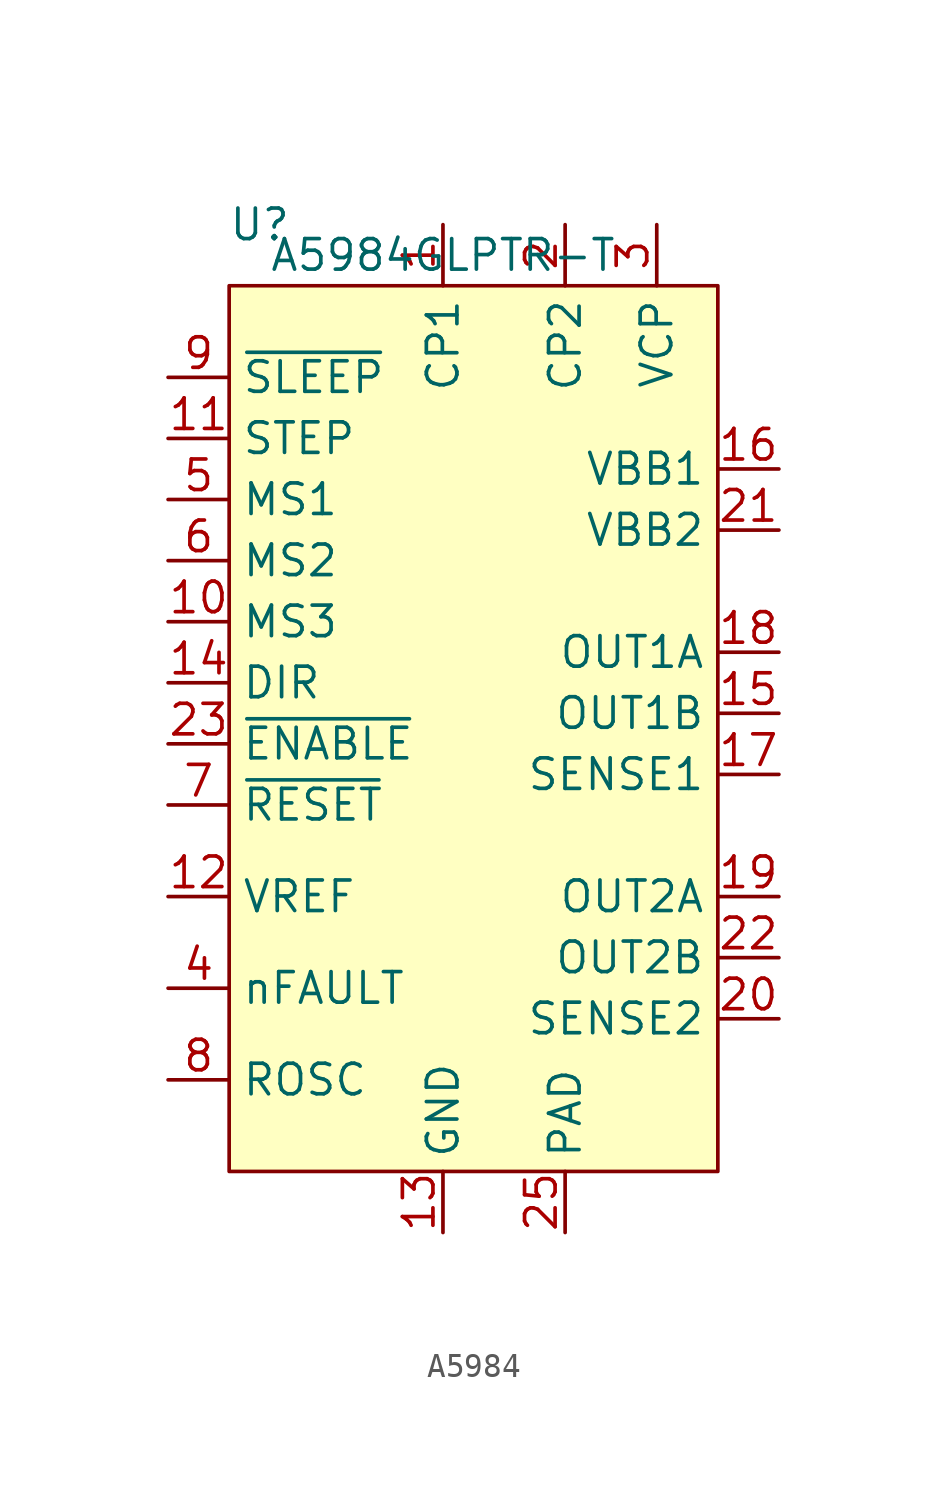
<source format=kicad_sym>
(kicad_symbol_lib
  (version 20220914)
  (generator kicad_symbol_editor)
  (symbol "A5984"
    (property "Reference" "U"
      (at -10.16 1.27 0)
      (effects (font (size 1.27 1.27))))
    (property "Value" "A5984GLPTR-T"
      (at -2.54 0 0)
      (effects (font (size 1.27 1.27))))
    (symbol "A5984_1_1"
      (rectangle (start -11.43 -1.27) (end 8.89 -38.1) (stroke (width 0) (type default)) (fill (type background)))
      (pin output line (at -2.54 1.27 270) (length 2.54) (name "CP1" (effects (font (size 1.27 1.27)))) (number "1" (effects (font (size 1.27 1.27)))))
      (pin input line (at -13.97 -15.24 0) (length 2.54) (name "MS3" (effects (font (size 1.27 1.27)))) (number "10" (effects (font (size 1.27 1.27)))))
      (pin input line (at -13.97 -7.62 0) (length 2.54) (name "STEP" (effects (font (size 1.27 1.27)))) (number "11" (effects (font (size 1.27 1.27)))))
      (pin input line (at -13.97 -26.67 0) (length 2.54) (name "VREF" (effects (font (size 1.27 1.27)))) (number "12" (effects (font (size 1.27 1.27)))))
      (pin power_in line (at -2.54 -40.64 90) (length 2.54) (name "GND" (effects (font (size 1.27 1.27)))) (number "13" (effects (font (size 1.27 1.27)))))
      (pin input line (at -13.97 -17.78 0) (length 2.54) (name "DIR" (effects (font (size 1.27 1.27)))) (number "14" (effects (font (size 1.27 1.27)))))
      (pin input line (at 11.43 -19.05 180) (length 2.54) (name "OUT1B" (effects (font (size 1.27 1.27)))) (number "15" (effects (font (size 1.27 1.27)))))
      (pin power_in line (at 11.43 -8.89 180) (length 2.54) (name "VBB1" (effects (font (size 1.27 1.27)))) (number "16" (effects (font (size 1.27 1.27)))))
      (pin input line (at 11.43 -21.59 180) (length 2.54) (name "SENSE1" (effects (font (size 1.27 1.27)))) (number "17" (effects (font (size 1.27 1.27)))))
      (pin input line (at 11.43 -16.51 180) (length 2.54) (name "OUT1A" (effects (font (size 1.27 1.27)))) (number "18" (effects (font (size 1.27 1.27)))))
      (pin output line (at 11.43 -26.67 180) (length 2.54) (name "OUT2A" (effects (font (size 1.27 1.27)))) (number "19" (effects (font (size 1.27 1.27)))))
      (pin output line (at 2.54 1.27 270) (length 2.54) (name "CP2" (effects (font (size 1.27 1.27)))) (number "2" (effects (font (size 1.27 1.27)))))
      (pin input line (at 11.43 -31.75 180) (length 2.54) (name "SENSE2" (effects (font (size 1.27 1.27)))) (number "20" (effects (font (size 1.27 1.27)))))
      (pin power_in line (at 11.43 -11.43 180) (length 2.54) (name "VBB2" (effects (font (size 1.27 1.27)))) (number "21" (effects (font (size 1.27 1.27)))))
      (pin output line (at 11.43 -29.21 180) (length 2.54) (name "OUT2B" (effects (font (size 1.27 1.27)))) (number "22" (effects (font (size 1.27 1.27)))))
      (pin input line (at -13.97 -20.32 0) (length 2.54) (name "~{ENABLE}" (effects (font (size 1.27 1.27)))) (number "23" (effects (font (size 1.27 1.27)))))
      (pin power_in line (at -2.54 -40.64 90) (length 2.54) hide (name "GND" (effects (font (size 1.27 1.27)))) (number "24" (effects (font (size 1.27 1.27)))))
      (pin input line (at 2.54 -40.64 90) (length 2.54) (name "PAD" (effects (font (size 1.27 1.27)))) (number "25" (effects (font (size 1.27 1.27)))))
      (pin input line (at 6.35 1.27 270) (length 2.54) (name "VCP" (effects (font (size 1.27 1.27)))) (number "3" (effects (font (size 1.27 1.27)))))
      (pin input line (at -13.97 -30.48 0) (length 2.54) (name "nFAULT" (effects (font (size 1.27 1.27)))) (number "4" (effects (font (size 1.27 1.27)))))
      (pin input line (at -13.97 -10.16 0) (length 2.54) (name "MS1" (effects (font (size 1.27 1.27)))) (number "5" (effects (font (size 1.27 1.27)))))
      (pin input line (at -13.97 -12.7 0) (length 2.54) (name "MS2" (effects (font (size 1.27 1.27)))) (number "6" (effects (font (size 1.27 1.27)))))
      (pin input line (at -13.97 -22.86 0) (length 2.54) (name "~{RESET}" (effects (font (size 1.27 1.27)))) (number "7" (effects (font (size 1.27 1.27)))))
      (pin input line (at -13.97 -34.29 0) (length 2.54) (name "ROSC" (effects (font (size 1.27 1.27)))) (number "8" (effects (font (size 1.27 1.27)))))
      (pin input line (at -13.97 -5.08 0) (length 2.54) (name "~{SLEEP}" (effects (font (size 1.27 1.27)))) (number "9" (effects (font (size 1.27 1.27))))))))
</source>
